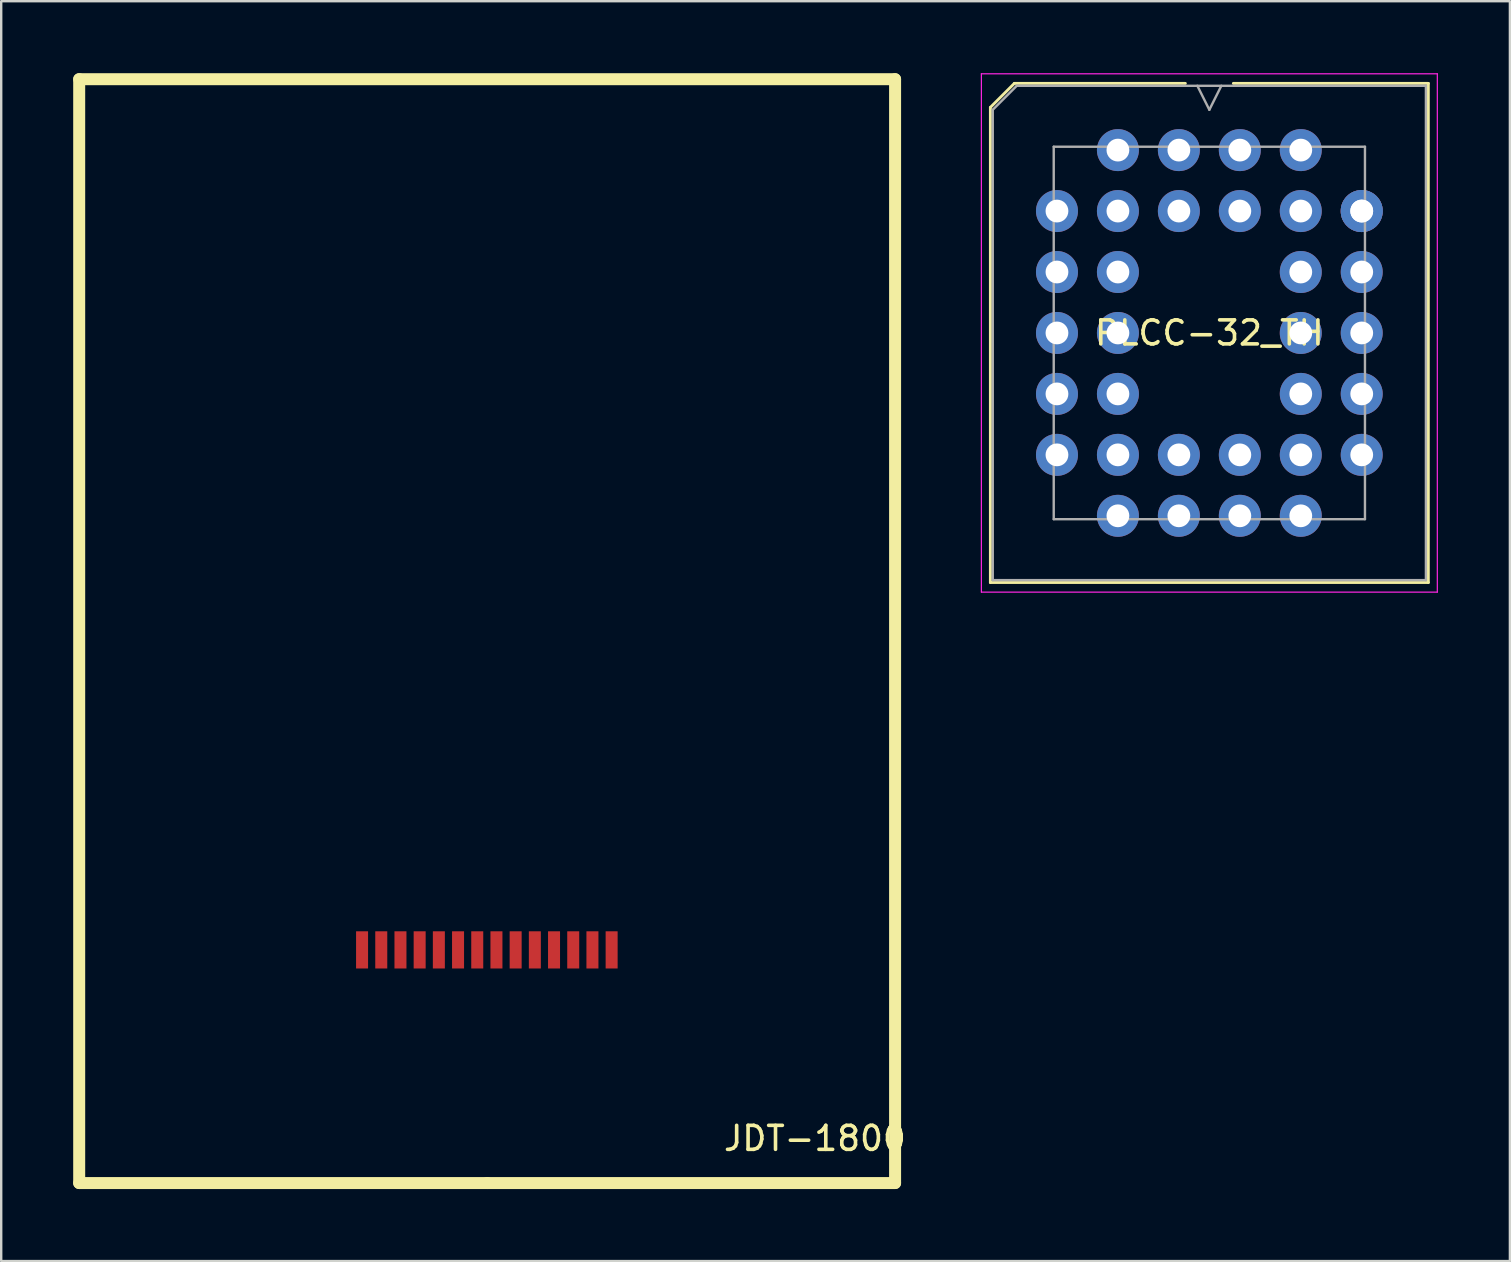
<source format=kicad_pcb>
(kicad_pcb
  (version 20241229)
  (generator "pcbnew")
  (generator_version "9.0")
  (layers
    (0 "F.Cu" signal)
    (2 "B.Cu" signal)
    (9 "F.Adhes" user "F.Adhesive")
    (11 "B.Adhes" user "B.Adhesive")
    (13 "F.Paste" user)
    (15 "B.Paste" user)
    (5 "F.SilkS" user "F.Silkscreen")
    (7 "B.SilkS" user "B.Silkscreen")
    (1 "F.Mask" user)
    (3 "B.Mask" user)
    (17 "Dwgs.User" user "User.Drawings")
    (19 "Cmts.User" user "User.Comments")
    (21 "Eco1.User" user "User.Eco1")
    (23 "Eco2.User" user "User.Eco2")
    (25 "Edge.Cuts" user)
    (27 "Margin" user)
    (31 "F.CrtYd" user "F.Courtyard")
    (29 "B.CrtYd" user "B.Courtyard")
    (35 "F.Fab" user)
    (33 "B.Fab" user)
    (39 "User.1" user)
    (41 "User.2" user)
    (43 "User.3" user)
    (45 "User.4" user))
  (footprint "PLCC-32_TH"
    (layer "F.Cu")
    (at 48.616 5.745)
    (property "Reference" "PLCC-32_TH" (at -1.27 5.08 0) (layer "F.SilkS") (effects (font (size 1 1) (thickness 0.15))))
    (attr through_hole)
    (fp_line (start -10.395 -4.32) (end -10.395 15.48) (stroke (width 0.12) (type solid)) (layer "F.SilkS"))
    (fp_line (start -10.395 15.48) (end 7.855 15.48) (stroke (width 0.12) (type solid)) (layer "F.SilkS"))
    (fp_line (start -9.395 -5.32) (end -10.395 -4.32) (stroke (width 0.12) (type solid)) (layer "F.SilkS"))
    (fp_line (start -2.27 -5.32) (end -9.395 -5.32) (stroke (width 0.12) (type solid)) (layer "F.SilkS"))
    (fp_line (start 7.855 -5.32) (end -0.27 -5.32) (stroke (width 0.12) (type solid)) (layer "F.SilkS"))
    (fp_line (start 7.855 15.48) (end 7.855 -5.32) (stroke (width 0.12) (type solid)) (layer "F.SilkS"))
    (fp_line (start -10.77 -5.72) (end -10.77 15.88) (stroke (width 0.05) (type solid)) (layer "F.CrtYd"))
    (fp_line (start -10.77 15.88) (end 8.23 15.88) (stroke (width 0.05) (type solid)) (layer "F.CrtYd"))
    (fp_line (start 8.23 -5.72) (end -10.77 -5.72) (stroke (width 0.05) (type solid)) (layer "F.CrtYd"))
    (fp_line (start 8.23 15.88) (end 8.23 -5.72) (stroke (width 0.05) (type solid)) (layer "F.CrtYd"))
    (fp_line (start -10.295 -4.22) (end -10.295 15.38) (stroke (width 0.1) (type solid)) (layer "F.Fab"))
    (fp_line (start -10.295 15.38) (end 7.755 15.38) (stroke (width 0.1) (type solid)) (layer "F.Fab"))
    (fp_line (start -9.295 -5.22) (end -10.295 -4.22) (stroke (width 0.1) (type solid)) (layer "F.Fab"))
    (fp_line (start -7.755 -2.68) (end -7.755 12.84) (stroke (width 0.1) (type solid)) (layer "F.Fab"))
    (fp_line (start -7.755 12.84) (end 5.215 12.84) (stroke (width 0.1) (type solid)) (layer "F.Fab"))
    (fp_line (start -1.77 -5.22) (end -1.27 -4.22) (stroke (width 0.1) (type solid)) (layer "F.Fab"))
    (fp_line (start -1.27 -4.22) (end -0.77 -5.22) (stroke (width 0.1) (type solid)) (layer "F.Fab"))
    (fp_line (start 5.215 -2.68) (end -7.755 -2.68) (stroke (width 0.1) (type solid)) (layer "F.Fab"))
    (fp_line (start 5.215 12.84) (end 5.215 -2.68) (stroke (width 0.1) (type solid)) (layer "F.Fab"))
    (fp_line (start 7.755 -5.22) (end -9.295 -5.22) (stroke (width 0.1) (type solid)) (layer "F.Fab"))
    (fp_line (start 7.755 15.38) (end 7.755 -5.22) (stroke (width 0.1) (type solid)) (layer "F.Fab"))
    (pad "1" thru_hole circle (at 0 0) (size 1.75 1.75) (drill 0.95) (layers "*.Cu" "*.Mask"))
    (pad "2" thru_hole circle (at -2.54 -2.54) (size 1.75 1.75) (drill 0.95) (layers "*.Cu" "*.Mask"))
    (pad "3" thru_hole circle (at -2.54 0) (size 1.75 1.75) (drill 0.95) (layers "*.Cu" "*.Mask"))
    (pad "4" thru_hole circle (at -5.08 -2.54) (size 1.75 1.75) (drill 0.95) (layers "*.Cu" "*.Mask"))
    (pad "5" thru_hole circle (at -7.62 0) (size 1.75 1.75) (drill 0.95) (layers "*.Cu" "*.Mask"))
    (pad "6" thru_hole circle (at -5.08 0) (size 1.75 1.75) (drill 0.95) (layers "*.Cu" "*.Mask"))
    (pad "7" thru_hole circle (at -7.62 2.54) (size 1.75 1.75) (drill 0.95) (layers "*.Cu" "*.Mask"))
    (pad "8" thru_hole circle (at -5.08 2.54) (size 1.75 1.75) (drill 0.95) (layers "*.Cu" "*.Mask"))
    (pad "9" thru_hole circle (at -7.62 5.08) (size 1.75 1.75) (drill 0.95) (layers "*.Cu" "*.Mask"))
    (pad "10" thru_hole circle (at -5.08 5.08) (size 1.75 1.75) (drill 0.95) (layers "*.Cu" "*.Mask"))
    (pad "11" thru_hole circle (at -7.62 7.62) (size 1.75 1.75) (drill 0.95) (layers "*.Cu" "*.Mask"))
    (pad "12" thru_hole circle (at -5.08 7.62) (size 1.75 1.75) (drill 0.95) (layers "*.Cu" "*.Mask"))
    (pad "13" thru_hole circle (at -7.62 10.16) (size 1.75 1.75) (drill 0.95) (layers "*.Cu" "*.Mask"))
    (pad "14" thru_hole circle (at -5.08 12.7) (size 1.75 1.75) (drill 0.95) (layers "*.Cu" "*.Mask"))
    (pad "15" thru_hole circle (at -5.08 10.16) (size 1.75 1.75) (drill 0.95) (layers "*.Cu" "*.Mask"))
    (pad "16" thru_hole circle (at -2.54 12.7) (size 1.75 1.75) (drill 0.95) (layers "*.Cu" "*.Mask"))
    (pad "17" thru_hole circle (at -2.54 10.16) (size 1.75 1.75) (drill 0.95) (layers "*.Cu" "*.Mask"))
    (pad "18" thru_hole circle (at 0 12.7) (size 1.75 1.75) (drill 0.95) (layers "*.Cu" "*.Mask"))
    (pad "19" thru_hole circle (at 0 10.16) (size 1.75 1.75) (drill 0.95) (layers "*.Cu" "*.Mask"))
    (pad "20" thru_hole circle (at 2.54 12.7) (size 1.75 1.75) (drill 0.95) (layers "*.Cu" "*.Mask"))
    (pad "21" thru_hole circle (at 5.08 10.16) (size 1.75 1.75) (drill 0.95) (layers "*.Cu" "*.Mask"))
    (pad "22" thru_hole circle (at 2.54 10.16) (size 1.75 1.75) (drill 0.95) (layers "*.Cu" "*.Mask"))
    (pad "23" thru_hole circle (at 5.08 7.62) (size 1.75 1.75) (drill 0.95) (layers "*.Cu" "*.Mask"))
    (pad "24" thru_hole circle (at 2.54 7.62) (size 1.75 1.75) (drill 0.95) (layers "*.Cu" "*.Mask"))
    (pad "25" thru_hole circle (at 5.08 5.08) (size 1.75 1.75) (drill 0.95) (layers "*.Cu" "*.Mask"))
    (pad "26" thru_hole circle (at 2.54 5.08) (size 1.75 1.75) (drill 0.95) (layers "*.Cu" "*.Mask"))
    (pad "27" thru_hole circle (at 5.08 2.54) (size 1.75 1.75) (drill 0.95) (layers "*.Cu" "*.Mask"))
    (pad "28" thru_hole circle (at 2.54 2.54) (size 1.75 1.75) (drill 0.95) (layers "*.Cu" "*.Mask"))
    (pad "29" thru_hole circle (at 5.08 0) (size 1.75 1.75) (drill 0.95) (layers "*.Cu" "*.Mask"))
    (pad "29" thru_hole circle (at 5.08 0) (size 1.75 1.75) (drill 0.95) (layers "*.Cu" "*.Mask"))
    (pad "30" thru_hole circle (at 2.54 -2.54) (size 1.75 1.75) (drill 0.95) (layers "*.Cu" "*.Mask"))
    (pad "31" thru_hole circle (at 2.54 0) (size 1.75 1.75) (drill 0.95) (layers "*.Cu" "*.Mask"))
    (pad "32" thru_hole circle (at 0 -2.54) (size 1.75 1.75) (drill 0.95) (layers "*.Cu" "*.Mask")))
  (footprint "JDT-1800"
    (layer "F.Cu")
    (at 17.25 23.25)
    (property "Reference" "JDT-1800" (at 13.66 21.14 0) (layer "F.SilkS") (effects (font (size 1 1) (thickness 0.15))))
    (attr through_hole)
    (fp_line (start -17 23) (end -17 -23) (stroke (width 0.5) (type solid)) (layer "F.SilkS"))
    (fp_line (start 0 23) (end -17 23) (stroke (width 0.5) (type solid)) (layer "F.SilkS"))
    (fp_line (start 0 23) (end 17 23) (stroke (width 0.5) (type solid)) (layer "F.SilkS"))
    (fp_line (start 17 -23) (end -17 -23) (stroke (width 0.5) (type solid)) (layer "F.SilkS"))
    (fp_line (start 17 23) (end 17 -23) (stroke (width 0.5) (type solid)) (layer "F.SilkS"))
    (pad "1" smd rect (at 5.188 13.284 180) (size 0.5 1.55) (layers "F.Cu" "F.Mask" "F.Paste"))
    (pad "2" smd rect (at 4.388 13.284 180) (size 0.5 1.55) (layers "F.Cu" "F.Mask" "F.Paste"))
    (pad "3" smd rect (at 3.588 13.284 180) (size 0.5 1.55) (layers "F.Cu" "F.Mask" "F.Paste"))
    (pad "4" smd rect (at 2.788 13.284 180) (size 0.5 1.55) (layers "F.Cu" "F.Mask" "F.Paste"))
    (pad "5" smd rect (at 1.988 13.284 180) (size 0.5 1.55) (layers "F.Cu" "F.Mask" "F.Paste"))
    (pad "6" smd rect (at 1.188 13.284 180) (size 0.5 1.55) (layers "F.Cu" "F.Mask" "F.Paste"))
    (pad "7" smd rect (at 0.388 13.284 180) (size 0.5 1.55) (layers "F.Cu" "F.Mask" "F.Paste"))
    (pad "8" smd rect (at -0.412 13.284 180) (size 0.5 1.55) (layers "F.Cu" "F.Mask" "F.Paste"))
    (pad "9" smd rect (at -1.212 13.284 180) (size 0.5 1.55) (layers "F.Cu" "F.Mask" "F.Paste"))
    (pad "10" smd rect (at -2.012 13.284 180) (size 0.5 1.55) (layers "F.Cu" "F.Mask" "F.Paste"))
    (pad "11" smd rect (at -2.812 13.284 180) (size 0.5 1.55) (layers "F.Cu" "F.Mask" "F.Paste"))
    (pad "12" smd rect (at -3.612 13.284 180) (size 0.5 1.55) (layers "F.Cu" "F.Mask" "F.Paste"))
    (pad "13" smd rect (at -4.412 13.284 180) (size 0.5 1.55) (layers "F.Cu" "F.Mask" "F.Paste"))
    (pad "14" smd rect (at -5.212 13.284 180) (size 0.5 1.55) (layers "F.Cu" "F.Mask" "F.Paste")))
  (gr_rect
    (start -3 -3)
    (end 59.871 49.5)
    (stroke (width 0.1) (type default))
    (fill no)
    (layer "Edge.Cuts")))
</source>
